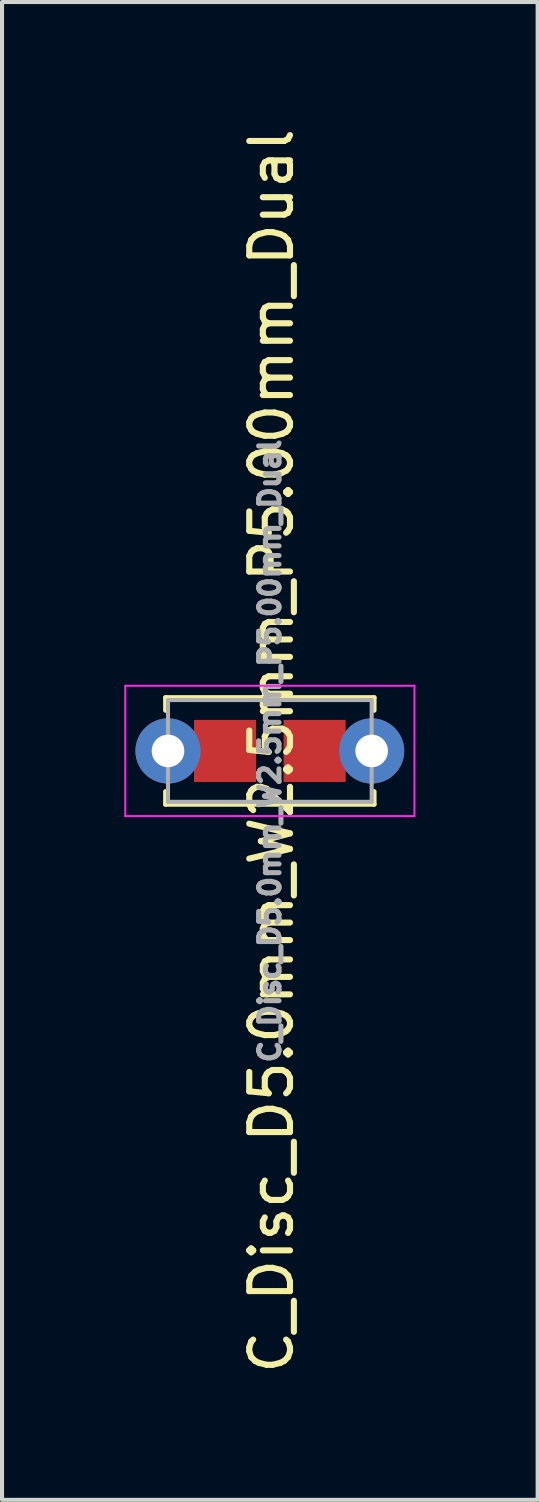
<source format=kicad_pcb>
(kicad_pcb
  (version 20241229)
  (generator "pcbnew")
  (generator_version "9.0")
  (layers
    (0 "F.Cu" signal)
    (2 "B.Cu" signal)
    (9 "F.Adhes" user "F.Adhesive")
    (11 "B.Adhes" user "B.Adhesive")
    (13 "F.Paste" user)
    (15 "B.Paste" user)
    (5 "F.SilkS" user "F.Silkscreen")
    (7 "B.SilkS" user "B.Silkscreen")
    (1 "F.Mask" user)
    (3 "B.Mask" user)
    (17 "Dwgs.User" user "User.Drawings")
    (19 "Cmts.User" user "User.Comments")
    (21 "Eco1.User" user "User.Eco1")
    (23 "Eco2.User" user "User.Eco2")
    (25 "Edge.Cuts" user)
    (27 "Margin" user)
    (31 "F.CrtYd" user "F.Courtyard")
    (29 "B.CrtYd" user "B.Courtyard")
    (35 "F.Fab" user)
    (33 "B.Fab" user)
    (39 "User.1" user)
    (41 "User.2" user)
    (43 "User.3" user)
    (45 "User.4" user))
  (footprint "C_Disc_D5.0mm_W2.5mm_P5.00mm_Dual"
    (layer "F.Cu")
    (at 1.075 15.387)
    (property "Reference" "C_Disc_D5.0mm_W2.5mm_P5.00mm_Dual" (at 2.54 0 90) (layer "F.SilkS") (effects (font (size 1 1) (thickness 0.15))))
    (attr through_hole)
    (fp_line (start -0.06 -1.31) (end -0.06 -0.996) (stroke (width 0.12) (type solid)) (layer "F.SilkS"))
    (fp_line (start -0.06 -1.31) (end 5.06 -1.31) (stroke (width 0.12) (type solid)) (layer "F.SilkS"))
    (fp_line (start -0.06 0.996) (end -0.06 1.31) (stroke (width 0.12) (type solid)) (layer "F.SilkS"))
    (fp_line (start -0.06 1.31) (end 5.06 1.31) (stroke (width 0.12) (type solid)) (layer "F.SilkS"))
    (fp_line (start 5.06 -1.31) (end 5.06 -0.996) (stroke (width 0.12) (type solid)) (layer "F.SilkS"))
    (fp_line (start 5.06 0.996) (end 5.06 1.31) (stroke (width 0.12) (type solid)) (layer "F.SilkS"))
    (fp_line (start -1.05 -1.6) (end -1.05 1.6) (stroke (width 0.05) (type solid)) (layer "F.CrtYd"))
    (fp_line (start -1.05 1.6) (end 6.05 1.6) (stroke (width 0.05) (type solid)) (layer "F.CrtYd"))
    (fp_line (start 6.05 -1.6) (end -1.05 -1.6) (stroke (width 0.05) (type solid)) (layer "F.CrtYd"))
    (fp_line (start 6.05 1.6) (end 6.05 -1.6) (stroke (width 0.05) (type solid)) (layer "F.CrtYd"))
    (fp_line (start 0 -1.25) (end 0 1.25) (stroke (width 0.1) (type solid)) (layer "F.Fab"))
    (fp_line (start 0 1.25) (end 5 1.25) (stroke (width 0.1) (type solid)) (layer "F.Fab"))
    (fp_line (start 5 -1.25) (end 0 -1.25) (stroke (width 0.1) (type solid)) (layer "F.Fab"))
    (fp_line (start 5 1.25) (end 5 -1.25) (stroke (width 0.1) (type solid)) (layer "F.Fab"))
    (fp_text user "${REFERENCE}" (at 2.5 0 90) (layer "F.Fab") (effects (font (size 0.5 0.5) (thickness 0.125))))
    (pad "1" thru_hole circle (at 0 0) (size 1.6 1.6) (drill 0.8) (layers "*.Cu" "*.Mask"))
    (pad "1" smd rect (at 1.4 0) (size 1.524 1.524) (layers "F.Cu" "F.Mask" "F.Paste"))
    (pad "2" smd rect (at 3.6 0) (size 1.524 1.524) (layers "F.Cu" "F.Mask" "F.Paste"))
    (pad "2" thru_hole circle (at 5 0) (size 1.6 1.6) (drill 0.8) (layers "*.Cu" "*.Mask")))
  (gr_rect
    (start -3 -3)
    (end 10.15 33.774)
    (stroke (width 0.1) (type default))
    (fill no)
    (layer "Edge.Cuts")))
</source>
